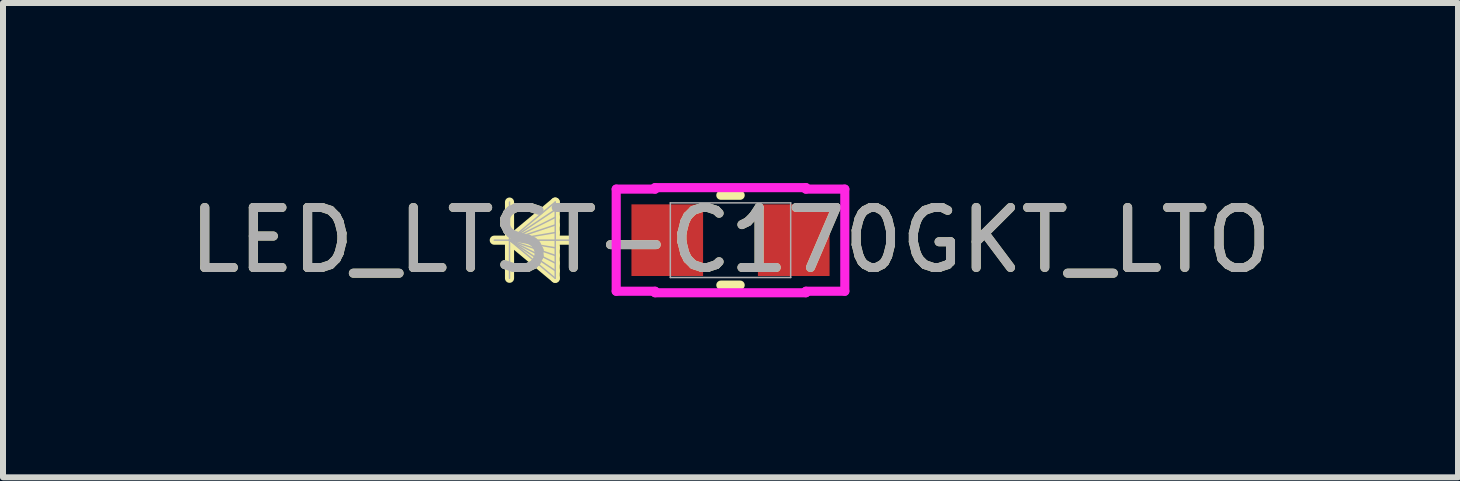
<source format=kicad_pcb>
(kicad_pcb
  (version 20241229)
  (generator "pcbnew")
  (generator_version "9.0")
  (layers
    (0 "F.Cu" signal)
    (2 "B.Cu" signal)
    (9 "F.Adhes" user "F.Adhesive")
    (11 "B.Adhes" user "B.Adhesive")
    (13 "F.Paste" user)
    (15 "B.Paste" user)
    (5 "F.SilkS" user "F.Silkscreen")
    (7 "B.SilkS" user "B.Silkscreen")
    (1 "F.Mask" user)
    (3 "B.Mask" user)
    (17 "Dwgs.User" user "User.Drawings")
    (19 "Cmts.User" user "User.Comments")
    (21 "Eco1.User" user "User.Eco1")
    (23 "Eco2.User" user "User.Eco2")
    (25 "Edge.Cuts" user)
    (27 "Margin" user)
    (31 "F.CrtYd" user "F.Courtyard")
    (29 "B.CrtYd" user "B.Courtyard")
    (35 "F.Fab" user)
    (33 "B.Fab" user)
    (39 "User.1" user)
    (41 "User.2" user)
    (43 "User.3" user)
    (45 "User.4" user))
  (footprint "LED_LTST-C170GKT_LTO"
    (layer "F.Cu")
    (at 9.125 0.953)
    (property "Reference" "LED_LTST-C170GKT_LTO" (at 0 0 0) (unlocked yes) (layer "F.SilkS") (effects (font (size 1 1) (thickness 0.15))))
    (attr smd)
    (fp_line (start -3.683 -0.635) (end -3.683 0.635) (stroke (width 0.152) (type solid)) (layer "F.SilkS"))
    (fp_line (start -3.683 0) (end -2.921 -0.635) (stroke (width 0.152) (type solid)) (layer "F.SilkS"))
    (fp_line (start -3.683 0) (end -2.921 -0.508) (stroke (width 0.152) (type solid)) (layer "F.SilkS"))
    (fp_line (start -3.683 0) (end -2.921 -0.381) (stroke (width 0.152) (type solid)) (layer "F.SilkS"))
    (fp_line (start -3.683 0) (end -2.921 -0.254) (stroke (width 0.152) (type solid)) (layer "F.SilkS"))
    (fp_line (start -3.683 0) (end -2.921 -0.127) (stroke (width 0.152) (type solid)) (layer "F.SilkS"))
    (fp_line (start -3.683 0) (end -2.921 0.127) (stroke (width 0.152) (type solid)) (layer "F.SilkS"))
    (fp_line (start -3.683 0) (end -2.921 0.254) (stroke (width 0.152) (type solid)) (layer "F.SilkS"))
    (fp_line (start -3.683 0) (end -2.921 0.381) (stroke (width 0.152) (type solid)) (layer "F.SilkS"))
    (fp_line (start -3.683 0) (end -2.921 0.508) (stroke (width 0.152) (type solid)) (layer "F.SilkS"))
    (fp_line (start -3.683 0) (end -2.921 0.635) (stroke (width 0.152) (type solid)) (layer "F.SilkS"))
    (fp_line (start -2.921 -0.635) (end -2.921 0.635) (stroke (width 0.152) (type solid)) (layer "F.SilkS"))
    (fp_line (start -2.667 0) (end -3.937 0) (stroke (width 0.152) (type solid)) (layer "F.SilkS"))
    (fp_line (start -0.161 0.749) (end 0.161 0.749) (stroke (width 0.152) (type solid)) (layer "F.SilkS"))
    (fp_line (start 0.161 -0.749) (end -0.161 -0.749) (stroke (width 0.152) (type solid)) (layer "F.SilkS"))
    (fp_line (start -1.905 -0.851) (end -1.257 -0.851) (stroke (width 0.152) (type solid)) (layer "F.CrtYd"))
    (fp_line (start -1.905 0.851) (end -1.905 -0.851) (stroke (width 0.152) (type solid)) (layer "F.CrtYd"))
    (fp_line (start -1.257 -0.876) (end 1.257 -0.876) (stroke (width 0.152) (type solid)) (layer "F.CrtYd"))
    (fp_line (start -1.257 -0.851) (end -1.257 -0.876) (stroke (width 0.152) (type solid)) (layer "F.CrtYd"))
    (fp_line (start -1.257 0.851) (end -1.905 0.851) (stroke (width 0.152) (type solid)) (layer "F.CrtYd"))
    (fp_line (start -1.257 0.876) (end -1.257 0.851) (stroke (width 0.152) (type solid)) (layer "F.CrtYd"))
    (fp_line (start 1.257 -0.876) (end 1.257 -0.851) (stroke (width 0.152) (type solid)) (layer "F.CrtYd"))
    (fp_line (start 1.257 -0.851) (end 1.905 -0.851) (stroke (width 0.152) (type solid)) (layer "F.CrtYd"))
    (fp_line (start 1.257 0.851) (end 1.257 0.876) (stroke (width 0.152) (type solid)) (layer "F.CrtYd"))
    (fp_line (start 1.257 0.876) (end -1.257 0.876) (stroke (width 0.152) (type solid)) (layer "F.CrtYd"))
    (fp_line (start 1.905 -0.851) (end 1.905 0.851) (stroke (width 0.152) (type solid)) (layer "F.CrtYd"))
    (fp_line (start 1.905 0.851) (end 1.257 0.851) (stroke (width 0.152) (type solid)) (layer "F.CrtYd"))
    (fp_line (start -3.683 -0.635) (end -3.683 0.635) (stroke (width 0.025) (type solid)) (layer "F.Fab"))
    (fp_line (start -3.683 0) (end -2.921 -0.635) (stroke (width 0.025) (type solid)) (layer "F.Fab"))
    (fp_line (start -3.683 0) (end -2.921 -0.508) (stroke (width 0.025) (type solid)) (layer "F.Fab"))
    (fp_line (start -3.683 0) (end -2.921 -0.381) (stroke (width 0.025) (type solid)) (layer "F.Fab"))
    (fp_line (start -3.683 0) (end -2.921 -0.254) (stroke (width 0.025) (type solid)) (layer "F.Fab"))
    (fp_line (start -3.683 0) (end -2.921 -0.127) (stroke (width 0.025) (type solid)) (layer "F.Fab"))
    (fp_line (start -3.683 0) (end -2.921 0.127) (stroke (width 0.025) (type solid)) (layer "F.Fab"))
    (fp_line (start -3.683 0) (end -2.921 0.254) (stroke (width 0.025) (type solid)) (layer "F.Fab"))
    (fp_line (start -3.683 0) (end -2.921 0.381) (stroke (width 0.025) (type solid)) (layer "F.Fab"))
    (fp_line (start -3.683 0) (end -2.921 0.508) (stroke (width 0.025) (type solid)) (layer "F.Fab"))
    (fp_line (start -3.683 0) (end -2.921 0.635) (stroke (width 0.025) (type solid)) (layer "F.Fab"))
    (fp_line (start -2.921 -0.635) (end -2.921 0.635) (stroke (width 0.025) (type solid)) (layer "F.Fab"))
    (fp_line (start -2.667 0) (end -3.937 0) (stroke (width 0.025) (type solid)) (layer "F.Fab"))
    (fp_line (start -1.003 -0.622) (end -1.003 0.622) (stroke (width 0.025) (type solid)) (layer "F.Fab"))
    (fp_line (start -1.003 0.622) (end 1.003 0.622) (stroke (width 0.025) (type solid)) (layer "F.Fab"))
    (fp_line (start 1.003 -0.622) (end -1.003 -0.622) (stroke (width 0.025) (type solid)) (layer "F.Fab"))
    (fp_line (start 1.003 0.622) (end 1.003 -0.622) (stroke (width 0.025) (type solid)) (layer "F.Fab"))
    (fp_text user "${REFERENCE}" (at 0 0 0) (unlocked yes) (layer "F.Fab") (effects (font (size 1 1) (thickness 0.15))))
    (pad "1" smd rect (at -1.054 0) (size 1.194 1.194) (layers "F.Cu" "F.Mask" "F.Paste"))
    (pad "2" smd rect (at 1.054 0) (size 1.194 1.194) (layers "F.Cu" "F.Mask" "F.Paste"))
    (zone (net_name "") (layer "F.Cu") (hatch full 0.508) (connect_pads) (min_thickness 0.254) (filled_areas_thickness no) (keepout (tracks not_allowed) (vias not_allowed) (pads allowed) (copperpour not_allowed) (footprints allowed)) (placement (enabled no)) (fill) (polygon (pts (xy 8.719 0.381) (xy 9.531 0.381) (xy 9.531 1.524) (xy 8.719 1.524)))))
  (gr_rect
    (start -3 -3)
    (end 21.25 4.905)
    (stroke (width 0.1) (type default))
    (fill no)
    (layer "Edge.Cuts")))
</source>
